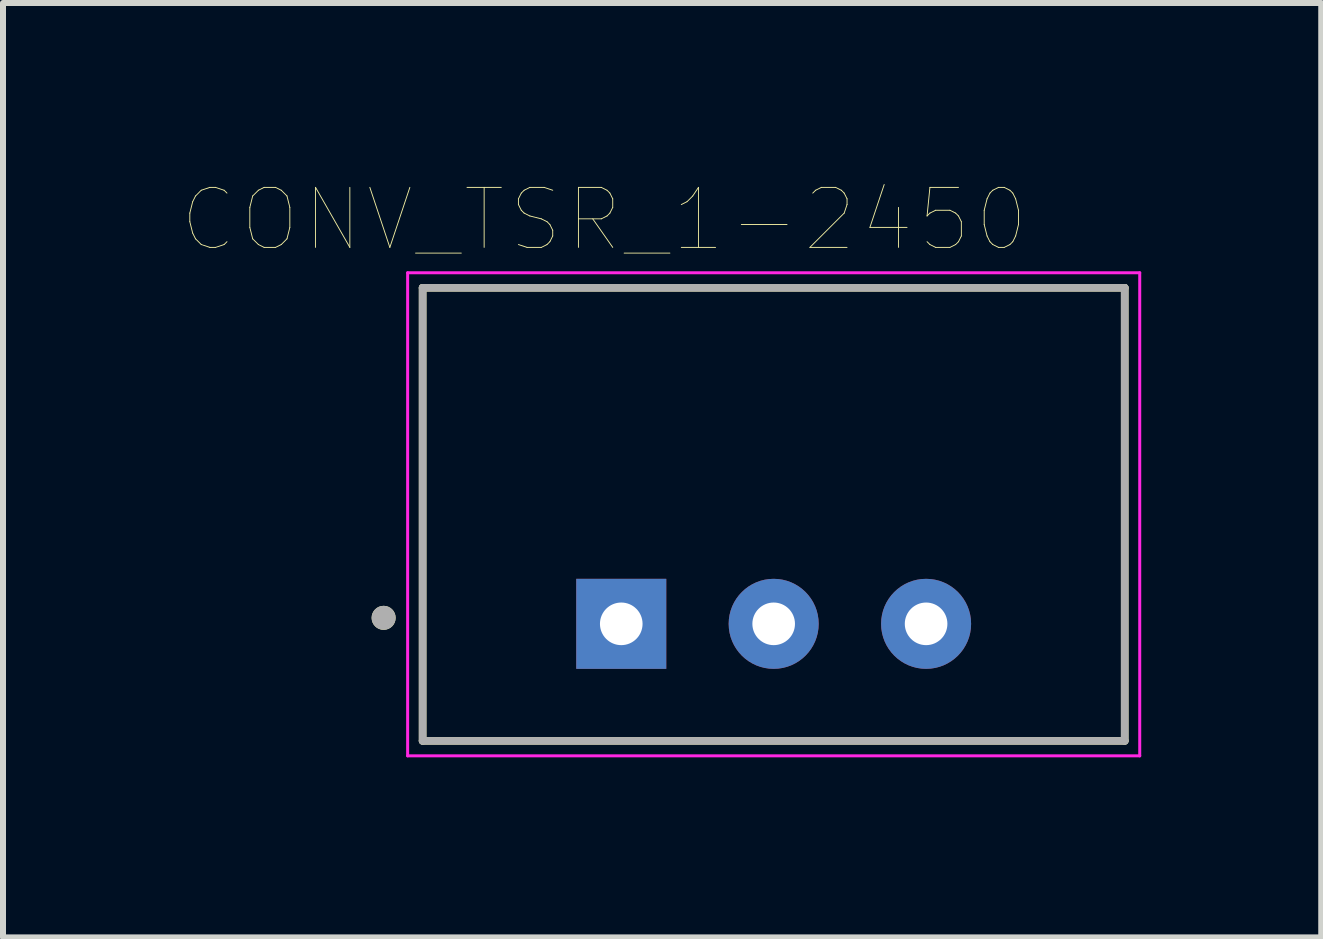
<source format=kicad_pcb>
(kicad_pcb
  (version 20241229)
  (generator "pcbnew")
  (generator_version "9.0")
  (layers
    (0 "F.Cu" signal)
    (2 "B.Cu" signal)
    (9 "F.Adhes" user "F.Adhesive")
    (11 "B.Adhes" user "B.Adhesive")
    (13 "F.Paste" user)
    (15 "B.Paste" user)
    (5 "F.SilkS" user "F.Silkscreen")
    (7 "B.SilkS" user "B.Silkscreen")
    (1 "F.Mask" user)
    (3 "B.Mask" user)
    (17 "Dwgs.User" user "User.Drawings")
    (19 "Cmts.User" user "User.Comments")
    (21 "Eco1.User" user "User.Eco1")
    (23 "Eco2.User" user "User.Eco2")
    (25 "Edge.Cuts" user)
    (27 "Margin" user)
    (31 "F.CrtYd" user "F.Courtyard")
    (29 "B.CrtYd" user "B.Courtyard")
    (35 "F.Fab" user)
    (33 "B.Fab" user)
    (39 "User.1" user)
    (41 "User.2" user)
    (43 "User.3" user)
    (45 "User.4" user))
  (footprint "CONV_TSR_1-2450"
    (layer "F.Cu")
    (at 9.843 7.346)
    (property "Reference" "CONV_TSR_1-2450" (at -2.825 -6.735 0) (layer "F.SilkS") (effects (font (size 1 1) (thickness 0.015))))
    (attr through_hole)
    (fp_line (start -5.85 -5.6) (end 5.85 -5.6) (stroke (width 0.127) (type solid)) (layer "F.SilkS"))
    (fp_line (start -5.85 1.95) (end -5.85 -5.6) (stroke (width 0.127) (type solid)) (layer "F.SilkS"))
    (fp_line (start 5.85 -5.6) (end 5.85 1.95) (stroke (width 0.127) (type solid)) (layer "F.SilkS"))
    (fp_line (start 5.85 1.95) (end -5.85 1.95) (stroke (width 0.127) (type solid)) (layer "F.SilkS"))
    (fp_circle (center -6.5 -0.1) (end -6.4 -0.1) (stroke (width 0.2) (type solid)) (fill no) (layer "F.SilkS"))
    (fp_line (start -6.1 -5.85) (end 6.1 -5.85) (stroke (width 0.05) (type solid)) (layer "F.CrtYd"))
    (fp_line (start -6.1 2.2) (end -6.1 -5.85) (stroke (width 0.05) (type solid)) (layer "F.CrtYd"))
    (fp_line (start 6.1 -5.85) (end 6.1 2.2) (stroke (width 0.05) (type solid)) (layer "F.CrtYd"))
    (fp_line (start 6.1 2.2) (end -6.1 2.2) (stroke (width 0.05) (type solid)) (layer "F.CrtYd"))
    (fp_line (start -5.85 -5.6) (end 5.85 -5.6) (stroke (width 0.127) (type solid)) (layer "F.Fab"))
    (fp_line (start -5.85 1.95) (end -5.85 -5.6) (stroke (width 0.127) (type solid)) (layer "F.Fab"))
    (fp_line (start 5.85 -5.6) (end 5.85 1.95) (stroke (width 0.127) (type solid)) (layer "F.Fab"))
    (fp_line (start 5.85 1.95) (end -5.85 1.95) (stroke (width 0.127) (type solid)) (layer "F.Fab"))
    (fp_circle (center -6.5 -0.1) (end -6.4 -0.1) (stroke (width 0.2) (type solid)) (fill no) (layer "F.Fab"))
    (pad "1" thru_hole rect (at -2.54 0) (size 1.5 1.5) (drill 0.71) (layers "*.Cu" "*.Mask"))
    (pad "2" thru_hole circle (at 0 0) (size 1.5 1.5) (drill 0.71) (layers "*.Cu" "*.Mask"))
    (pad "3" thru_hole circle (at 2.54 0) (size 1.5 1.5) (drill 0.71) (layers "*.Cu" "*.Mask")))
  (gr_rect
    (start -3 -3)
    (end 18.968 12.571)
    (stroke (width 0.1) (type default))
    (fill no)
    (layer "Edge.Cuts")))
</source>
